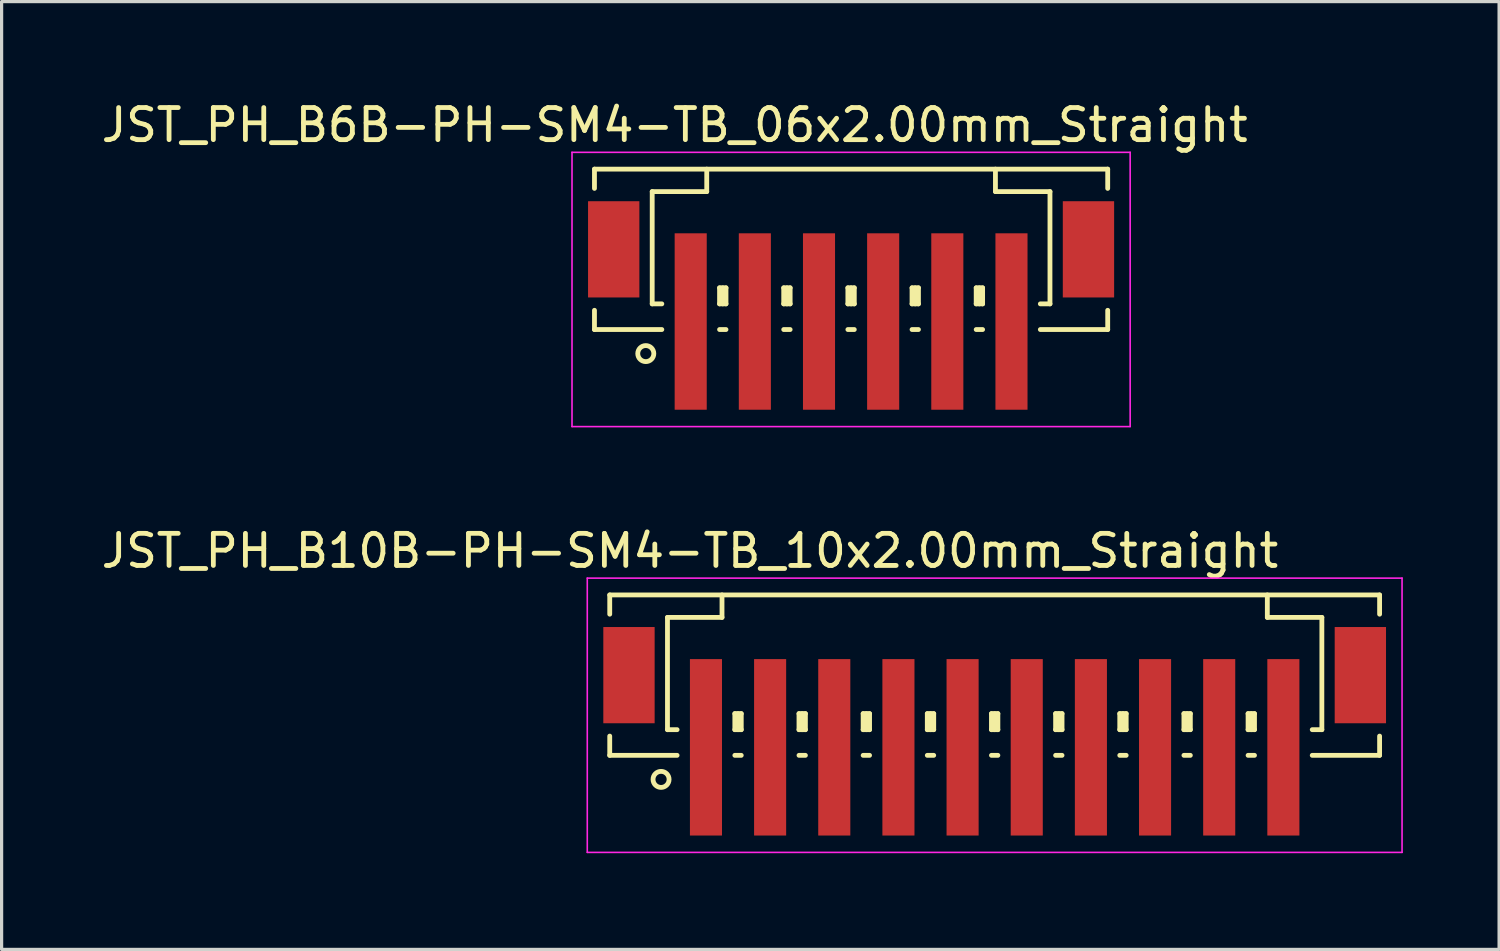
<source format=kicad_pcb>
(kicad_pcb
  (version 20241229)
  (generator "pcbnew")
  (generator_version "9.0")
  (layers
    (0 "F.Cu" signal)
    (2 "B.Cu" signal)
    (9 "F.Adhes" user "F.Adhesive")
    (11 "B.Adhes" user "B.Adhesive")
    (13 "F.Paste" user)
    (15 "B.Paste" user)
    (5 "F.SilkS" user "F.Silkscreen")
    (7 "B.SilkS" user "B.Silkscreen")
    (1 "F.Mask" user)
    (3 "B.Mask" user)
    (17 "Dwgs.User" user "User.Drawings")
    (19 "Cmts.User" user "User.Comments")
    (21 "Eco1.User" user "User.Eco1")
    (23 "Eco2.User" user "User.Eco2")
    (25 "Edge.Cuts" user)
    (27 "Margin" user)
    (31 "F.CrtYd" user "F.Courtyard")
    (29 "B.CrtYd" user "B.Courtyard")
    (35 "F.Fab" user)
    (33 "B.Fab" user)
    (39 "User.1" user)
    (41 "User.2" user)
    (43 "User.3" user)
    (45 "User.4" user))
  (footprint "JST_PH_B10B-PH-SM4-TB_10x2.00mm_Straight"
    (layer "F.Cu")
    (at 27.958 19.122)
    (property "Reference" "JST_PH_B10B-PH-SM4-TB_10x2.00mm_Straight" (at -9.5 -5 0) (layer "F.SilkS") (effects (font (size 1 1) (thickness 0.15))))
    (attr smd)
    (fp_line (start -12 -3.625) (end 12 -3.625) (stroke (width 0.15) (type solid)) (layer "F.SilkS"))
    (fp_line (start -12 -3.025) (end -12 -3.625) (stroke (width 0.15) (type solid)) (layer "F.SilkS"))
    (fp_line (start -12 0.775) (end -12 1.375) (stroke (width 0.15) (type solid)) (layer "F.SilkS"))
    (fp_line (start -12 1.375) (end -9.9 1.375) (stroke (width 0.15) (type solid)) (layer "F.SilkS"))
    (fp_line (start -10.2 -2.925) (end -10.2 0.575) (stroke (width 0.15) (type solid)) (layer "F.SilkS"))
    (fp_line (start -10.2 0.575) (end -9.9 0.575) (stroke (width 0.15) (type solid)) (layer "F.SilkS"))
    (fp_line (start -8.5 -3.625) (end -8.5 -2.925) (stroke (width 0.15) (type solid)) (layer "F.SilkS"))
    (fp_line (start -8.5 -2.925) (end -10.2 -2.925) (stroke (width 0.15) (type solid)) (layer "F.SilkS"))
    (fp_line (start -8.1 0.075) (end -7.9 0.075) (stroke (width 0.15) (type solid)) (layer "F.SilkS"))
    (fp_line (start -8.1 0.575) (end -8.1 0.075) (stroke (width 0.15) (type solid)) (layer "F.SilkS"))
    (fp_line (start -8.1 0.575) (end -7.9 0.575) (stroke (width 0.15) (type solid)) (layer "F.SilkS"))
    (fp_line (start -8.1 1.375) (end -7.9 1.375) (stroke (width 0.15) (type solid)) (layer "F.SilkS"))
    (fp_line (start -8 0.575) (end -8 0.075) (stroke (width 0.15) (type solid)) (layer "F.SilkS"))
    (fp_line (start -7.9 0.075) (end -7.9 0.575) (stroke (width 0.15) (type solid)) (layer "F.SilkS"))
    (fp_line (start -6.1 0.075) (end -5.9 0.075) (stroke (width 0.15) (type solid)) (layer "F.SilkS"))
    (fp_line (start -6.1 0.575) (end -6.1 0.075) (stroke (width 0.15) (type solid)) (layer "F.SilkS"))
    (fp_line (start -6.1 0.575) (end -5.9 0.575) (stroke (width 0.15) (type solid)) (layer "F.SilkS"))
    (fp_line (start -6.1 1.375) (end -5.9 1.375) (stroke (width 0.15) (type solid)) (layer "F.SilkS"))
    (fp_line (start -6 0.575) (end -6 0.075) (stroke (width 0.15) (type solid)) (layer "F.SilkS"))
    (fp_line (start -5.9 0.075) (end -5.9 0.575) (stroke (width 0.15) (type solid)) (layer "F.SilkS"))
    (fp_line (start -4.1 0.075) (end -3.9 0.075) (stroke (width 0.15) (type solid)) (layer "F.SilkS"))
    (fp_line (start -4.1 0.575) (end -4.1 0.075) (stroke (width 0.15) (type solid)) (layer "F.SilkS"))
    (fp_line (start -4.1 0.575) (end -3.9 0.575) (stroke (width 0.15) (type solid)) (layer "F.SilkS"))
    (fp_line (start -4.1 1.375) (end -3.9 1.375) (stroke (width 0.15) (type solid)) (layer "F.SilkS"))
    (fp_line (start -4 0.575) (end -4 0.075) (stroke (width 0.15) (type solid)) (layer "F.SilkS"))
    (fp_line (start -3.9 0.075) (end -3.9 0.575) (stroke (width 0.15) (type solid)) (layer "F.SilkS"))
    (fp_line (start -2.1 0.075) (end -1.9 0.075) (stroke (width 0.15) (type solid)) (layer "F.SilkS"))
    (fp_line (start -2.1 0.575) (end -2.1 0.075) (stroke (width 0.15) (type solid)) (layer "F.SilkS"))
    (fp_line (start -2.1 0.575) (end -1.9 0.575) (stroke (width 0.15) (type solid)) (layer "F.SilkS"))
    (fp_line (start -2.1 1.375) (end -1.9 1.375) (stroke (width 0.15) (type solid)) (layer "F.SilkS"))
    (fp_line (start -2 0.575) (end -2 0.075) (stroke (width 0.15) (type solid)) (layer "F.SilkS"))
    (fp_line (start -1.9 0.075) (end -1.9 0.575) (stroke (width 0.15) (type solid)) (layer "F.SilkS"))
    (fp_line (start -0.1 0.075) (end 0.1 0.075) (stroke (width 0.15) (type solid)) (layer "F.SilkS"))
    (fp_line (start -0.1 0.575) (end -0.1 0.075) (stroke (width 0.15) (type solid)) (layer "F.SilkS"))
    (fp_line (start -0.1 0.575) (end 0.1 0.575) (stroke (width 0.15) (type solid)) (layer "F.SilkS"))
    (fp_line (start -0.1 1.375) (end 0.1 1.375) (stroke (width 0.15) (type solid)) (layer "F.SilkS"))
    (fp_line (start 0 0.575) (end 0 0.075) (stroke (width 0.15) (type solid)) (layer "F.SilkS"))
    (fp_line (start 0.1 0.075) (end 0.1 0.575) (stroke (width 0.15) (type solid)) (layer "F.SilkS"))
    (fp_line (start 1.9 0.075) (end 2.1 0.075) (stroke (width 0.15) (type solid)) (layer "F.SilkS"))
    (fp_line (start 1.9 0.575) (end 1.9 0.075) (stroke (width 0.15) (type solid)) (layer "F.SilkS"))
    (fp_line (start 1.9 0.575) (end 2.1 0.575) (stroke (width 0.15) (type solid)) (layer "F.SilkS"))
    (fp_line (start 1.9 1.375) (end 2.1 1.375) (stroke (width 0.15) (type solid)) (layer "F.SilkS"))
    (fp_line (start 2 0.575) (end 2 0.075) (stroke (width 0.15) (type solid)) (layer "F.SilkS"))
    (fp_line (start 2.1 0.075) (end 2.1 0.575) (stroke (width 0.15) (type solid)) (layer "F.SilkS"))
    (fp_line (start 3.9 0.075) (end 4.1 0.075) (stroke (width 0.15) (type solid)) (layer "F.SilkS"))
    (fp_line (start 3.9 0.575) (end 3.9 0.075) (stroke (width 0.15) (type solid)) (layer "F.SilkS"))
    (fp_line (start 3.9 0.575) (end 4.1 0.575) (stroke (width 0.15) (type solid)) (layer "F.SilkS"))
    (fp_line (start 3.9 1.375) (end 4.1 1.375) (stroke (width 0.15) (type solid)) (layer "F.SilkS"))
    (fp_line (start 4 0.575) (end 4 0.075) (stroke (width 0.15) (type solid)) (layer "F.SilkS"))
    (fp_line (start 4.1 0.075) (end 4.1 0.575) (stroke (width 0.15) (type solid)) (layer "F.SilkS"))
    (fp_line (start 5.9 0.075) (end 6.1 0.075) (stroke (width 0.15) (type solid)) (layer "F.SilkS"))
    (fp_line (start 5.9 0.575) (end 5.9 0.075) (stroke (width 0.15) (type solid)) (layer "F.SilkS"))
    (fp_line (start 5.9 0.575) (end 6.1 0.575) (stroke (width 0.15) (type solid)) (layer "F.SilkS"))
    (fp_line (start 5.9 1.375) (end 6.1 1.375) (stroke (width 0.15) (type solid)) (layer "F.SilkS"))
    (fp_line (start 6 0.575) (end 6 0.075) (stroke (width 0.15) (type solid)) (layer "F.SilkS"))
    (fp_line (start 6.1 0.075) (end 6.1 0.575) (stroke (width 0.15) (type solid)) (layer "F.SilkS"))
    (fp_line (start 7.9 0.075) (end 8.1 0.075) (stroke (width 0.15) (type solid)) (layer "F.SilkS"))
    (fp_line (start 7.9 0.575) (end 7.9 0.075) (stroke (width 0.15) (type solid)) (layer "F.SilkS"))
    (fp_line (start 7.9 0.575) (end 8.1 0.575) (stroke (width 0.15) (type solid)) (layer "F.SilkS"))
    (fp_line (start 7.9 1.375) (end 8.1 1.375) (stroke (width 0.15) (type solid)) (layer "F.SilkS"))
    (fp_line (start 8 0.575) (end 8 0.075) (stroke (width 0.15) (type solid)) (layer "F.SilkS"))
    (fp_line (start 8.1 0.075) (end 8.1 0.575) (stroke (width 0.15) (type solid)) (layer "F.SilkS"))
    (fp_line (start 8.5 -3.625) (end 8.5 -2.925) (stroke (width 0.15) (type solid)) (layer "F.SilkS"))
    (fp_line (start 8.5 -2.925) (end 10.2 -2.925) (stroke (width 0.15) (type solid)) (layer "F.SilkS"))
    (fp_line (start 10.2 -2.925) (end 10.2 0.575) (stroke (width 0.15) (type solid)) (layer "F.SilkS"))
    (fp_line (start 10.2 0.575) (end 9.9 0.575) (stroke (width 0.15) (type solid)) (layer "F.SilkS"))
    (fp_line (start 12 -3.625) (end 12 -3.025) (stroke (width 0.15) (type solid)) (layer "F.SilkS"))
    (fp_line (start 12 0.775) (end 12 1.375) (stroke (width 0.15) (type solid)) (layer "F.SilkS"))
    (fp_line (start 12 1.375) (end 9.9 1.375) (stroke (width 0.15) (type solid)) (layer "F.SilkS"))
    (fp_circle (center -10.4 2.125) (end -10.15 2.125) (stroke (width 0.15) (type solid)) (fill no) (layer "F.SilkS"))
    (fp_line (start -12.7 -4.15) (end 12.7 -4.15) (stroke (width 0.05) (type solid)) (layer "F.CrtYd"))
    (fp_line (start -12.7 4.4) (end -12.7 -4.15) (stroke (width 0.05) (type solid)) (layer "F.CrtYd"))
    (fp_line (start 12.7 -4.15) (end 12.7 4.4) (stroke (width 0.05) (type solid)) (layer "F.CrtYd"))
    (fp_line (start 12.7 4.4) (end -12.7 4.4) (stroke (width 0.05) (type solid)) (layer "F.CrtYd"))
    (pad "" smd rect (at -11.4 -1.125) (size 1.6 3) (layers "F.Cu" "F.Mask" "F.Paste"))
    (pad "" smd rect (at 11.4 -1.125) (size 1.6 3) (layers "F.Cu" "F.Mask" "F.Paste"))
    (pad "1" smd rect (at -9 1.125) (size 1 5.5) (layers "F.Cu" "F.Mask" "F.Paste"))
    (pad "2" smd rect (at -7 1.125) (size 1 5.5) (layers "F.Cu" "F.Mask" "F.Paste"))
    (pad "3" smd rect (at -5 1.125) (size 1 5.5) (layers "F.Cu" "F.Mask" "F.Paste"))
    (pad "4" smd rect (at -3 1.125) (size 1 5.5) (layers "F.Cu" "F.Mask" "F.Paste"))
    (pad "5" smd rect (at -1 1.125) (size 1 5.5) (layers "F.Cu" "F.Mask" "F.Paste"))
    (pad "6" smd rect (at 1 1.125) (size 1 5.5) (layers "F.Cu" "F.Mask" "F.Paste"))
    (pad "7" smd rect (at 3 1.125) (size 1 5.5) (layers "F.Cu" "F.Mask" "F.Paste"))
    (pad "8" smd rect (at 5 1.125) (size 1 5.5) (layers "F.Cu" "F.Mask" "F.Paste"))
    (pad "9" smd rect (at 7 1.125) (size 1 5.5) (layers "F.Cu" "F.Mask" "F.Paste"))
    (pad "10" smd rect (at 9 1.125) (size 1 5.5) (layers "F.Cu" "F.Mask" "F.Paste")))
  (footprint "JST_PH_B6B-PH-SM4-TB_06x2.00mm_Straight"
    (layer "F.Cu")
    (at 23.482 5.848)
    (property "Reference" "JST_PH_B6B-PH-SM4-TB_06x2.00mm_Straight" (at -5.5 -5 0) (layer "F.SilkS") (effects (font (size 1 1) (thickness 0.15))))
    (attr smd)
    (fp_line (start -8 -3.625) (end 8 -3.625) (stroke (width 0.15) (type solid)) (layer "F.SilkS"))
    (fp_line (start -8 -3.025) (end -8 -3.625) (stroke (width 0.15) (type solid)) (layer "F.SilkS"))
    (fp_line (start -8 0.775) (end -8 1.375) (stroke (width 0.15) (type solid)) (layer "F.SilkS"))
    (fp_line (start -8 1.375) (end -5.9 1.375) (stroke (width 0.15) (type solid)) (layer "F.SilkS"))
    (fp_line (start -6.2 -2.925) (end -6.2 0.575) (stroke (width 0.15) (type solid)) (layer "F.SilkS"))
    (fp_line (start -6.2 0.575) (end -5.9 0.575) (stroke (width 0.15) (type solid)) (layer "F.SilkS"))
    (fp_line (start -4.5 -3.625) (end -4.5 -2.925) (stroke (width 0.15) (type solid)) (layer "F.SilkS"))
    (fp_line (start -4.5 -2.925) (end -6.2 -2.925) (stroke (width 0.15) (type solid)) (layer "F.SilkS"))
    (fp_line (start -4.1 0.075) (end -3.9 0.075) (stroke (width 0.15) (type solid)) (layer "F.SilkS"))
    (fp_line (start -4.1 0.575) (end -4.1 0.075) (stroke (width 0.15) (type solid)) (layer "F.SilkS"))
    (fp_line (start -4.1 0.575) (end -3.9 0.575) (stroke (width 0.15) (type solid)) (layer "F.SilkS"))
    (fp_line (start -4.1 1.375) (end -3.9 1.375) (stroke (width 0.15) (type solid)) (layer "F.SilkS"))
    (fp_line (start -4 0.575) (end -4 0.075) (stroke (width 0.15) (type solid)) (layer "F.SilkS"))
    (fp_line (start -3.9 0.075) (end -3.9 0.575) (stroke (width 0.15) (type solid)) (layer "F.SilkS"))
    (fp_line (start -2.1 0.075) (end -1.9 0.075) (stroke (width 0.15) (type solid)) (layer "F.SilkS"))
    (fp_line (start -2.1 0.575) (end -2.1 0.075) (stroke (width 0.15) (type solid)) (layer "F.SilkS"))
    (fp_line (start -2.1 0.575) (end -1.9 0.575) (stroke (width 0.15) (type solid)) (layer "F.SilkS"))
    (fp_line (start -2.1 1.375) (end -1.9 1.375) (stroke (width 0.15) (type solid)) (layer "F.SilkS"))
    (fp_line (start -2 0.575) (end -2 0.075) (stroke (width 0.15) (type solid)) (layer "F.SilkS"))
    (fp_line (start -1.9 0.075) (end -1.9 0.575) (stroke (width 0.15) (type solid)) (layer "F.SilkS"))
    (fp_line (start -0.1 0.075) (end 0.1 0.075) (stroke (width 0.15) (type solid)) (layer "F.SilkS"))
    (fp_line (start -0.1 0.575) (end -0.1 0.075) (stroke (width 0.15) (type solid)) (layer "F.SilkS"))
    (fp_line (start -0.1 0.575) (end 0.1 0.575) (stroke (width 0.15) (type solid)) (layer "F.SilkS"))
    (fp_line (start -0.1 1.375) (end 0.1 1.375) (stroke (width 0.15) (type solid)) (layer "F.SilkS"))
    (fp_line (start 0 0.575) (end 0 0.075) (stroke (width 0.15) (type solid)) (layer "F.SilkS"))
    (fp_line (start 0.1 0.075) (end 0.1 0.575) (stroke (width 0.15) (type solid)) (layer "F.SilkS"))
    (fp_line (start 1.9 0.075) (end 2.1 0.075) (stroke (width 0.15) (type solid)) (layer "F.SilkS"))
    (fp_line (start 1.9 0.575) (end 1.9 0.075) (stroke (width 0.15) (type solid)) (layer "F.SilkS"))
    (fp_line (start 1.9 0.575) (end 2.1 0.575) (stroke (width 0.15) (type solid)) (layer "F.SilkS"))
    (fp_line (start 1.9 1.375) (end 2.1 1.375) (stroke (width 0.15) (type solid)) (layer "F.SilkS"))
    (fp_line (start 2 0.575) (end 2 0.075) (stroke (width 0.15) (type solid)) (layer "F.SilkS"))
    (fp_line (start 2.1 0.075) (end 2.1 0.575) (stroke (width 0.15) (type solid)) (layer "F.SilkS"))
    (fp_line (start 3.9 0.075) (end 4.1 0.075) (stroke (width 0.15) (type solid)) (layer "F.SilkS"))
    (fp_line (start 3.9 0.575) (end 3.9 0.075) (stroke (width 0.15) (type solid)) (layer "F.SilkS"))
    (fp_line (start 3.9 0.575) (end 4.1 0.575) (stroke (width 0.15) (type solid)) (layer "F.SilkS"))
    (fp_line (start 3.9 1.375) (end 4.1 1.375) (stroke (width 0.15) (type solid)) (layer "F.SilkS"))
    (fp_line (start 4 0.575) (end 4 0.075) (stroke (width 0.15) (type solid)) (layer "F.SilkS"))
    (fp_line (start 4.1 0.075) (end 4.1 0.575) (stroke (width 0.15) (type solid)) (layer "F.SilkS"))
    (fp_line (start 4.5 -3.625) (end 4.5 -2.925) (stroke (width 0.15) (type solid)) (layer "F.SilkS"))
    (fp_line (start 4.5 -2.925) (end 6.2 -2.925) (stroke (width 0.15) (type solid)) (layer "F.SilkS"))
    (fp_line (start 6.2 -2.925) (end 6.2 0.575) (stroke (width 0.15) (type solid)) (layer "F.SilkS"))
    (fp_line (start 6.2 0.575) (end 5.9 0.575) (stroke (width 0.15) (type solid)) (layer "F.SilkS"))
    (fp_line (start 8 -3.625) (end 8 -3.025) (stroke (width 0.15) (type solid)) (layer "F.SilkS"))
    (fp_line (start 8 0.775) (end 8 1.375) (stroke (width 0.15) (type solid)) (layer "F.SilkS"))
    (fp_line (start 8 1.375) (end 5.9 1.375) (stroke (width 0.15) (type solid)) (layer "F.SilkS"))
    (fp_circle (center -6.4 2.125) (end -6.15 2.125) (stroke (width 0.15) (type solid)) (fill no) (layer "F.SilkS"))
    (fp_line (start -8.7 -4.15) (end 8.7 -4.15) (stroke (width 0.05) (type solid)) (layer "F.CrtYd"))
    (fp_line (start -8.7 4.4) (end -8.7 -4.15) (stroke (width 0.05) (type solid)) (layer "F.CrtYd"))
    (fp_line (start 8.7 -4.15) (end 8.7 4.4) (stroke (width 0.05) (type solid)) (layer "F.CrtYd"))
    (fp_line (start 8.7 4.4) (end -8.7 4.4) (stroke (width 0.05) (type solid)) (layer "F.CrtYd"))
    (pad "" smd rect (at -7.4 -1.125) (size 1.6 3) (layers "F.Cu" "F.Mask" "F.Paste"))
    (pad "" smd rect (at 7.4 -1.125) (size 1.6 3) (layers "F.Cu" "F.Mask" "F.Paste"))
    (pad "1" smd rect (at -5 1.125) (size 1 5.5) (layers "F.Cu" "F.Mask" "F.Paste"))
    (pad "2" smd rect (at -3 1.125) (size 1 5.5) (layers "F.Cu" "F.Mask" "F.Paste"))
    (pad "3" smd rect (at -1 1.125) (size 1 5.5) (layers "F.Cu" "F.Mask" "F.Paste"))
    (pad "4" smd rect (at 1 1.125) (size 1 5.5) (layers "F.Cu" "F.Mask" "F.Paste"))
    (pad "5" smd rect (at 3 1.125) (size 1 5.5) (layers "F.Cu" "F.Mask" "F.Paste"))
    (pad "6" smd rect (at 5 1.125) (size 1 5.5) (layers "F.Cu" "F.Mask" "F.Paste")))
  (gr_rect
    (start -3 -3)
    (end 43.683 26.547)
    (stroke (width 0.1) (type default))
    (fill no)
    (layer "Edge.Cuts")))
</source>
